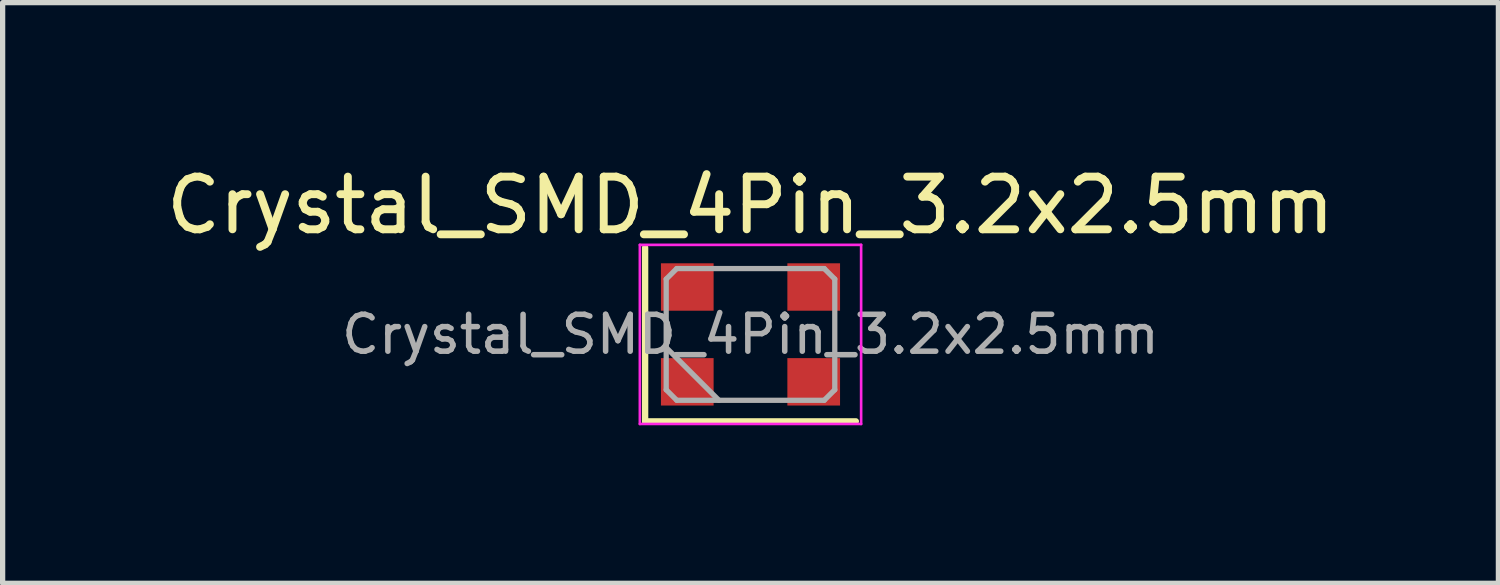
<source format=kicad_pcb>
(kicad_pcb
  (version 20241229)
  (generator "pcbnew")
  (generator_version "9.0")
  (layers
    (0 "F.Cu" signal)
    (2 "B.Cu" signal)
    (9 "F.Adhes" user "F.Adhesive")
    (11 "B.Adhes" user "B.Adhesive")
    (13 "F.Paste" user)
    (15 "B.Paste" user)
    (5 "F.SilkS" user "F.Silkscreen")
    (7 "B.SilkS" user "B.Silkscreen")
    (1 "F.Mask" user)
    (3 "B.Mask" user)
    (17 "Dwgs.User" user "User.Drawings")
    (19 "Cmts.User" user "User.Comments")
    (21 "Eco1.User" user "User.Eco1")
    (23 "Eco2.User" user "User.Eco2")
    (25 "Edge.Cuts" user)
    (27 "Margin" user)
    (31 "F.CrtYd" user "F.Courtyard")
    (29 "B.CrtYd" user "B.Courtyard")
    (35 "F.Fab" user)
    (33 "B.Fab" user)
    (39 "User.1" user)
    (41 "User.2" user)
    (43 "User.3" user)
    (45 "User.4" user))
  (footprint "Crystal_SMD_4Pin_3.2x2.5mm"
    (layer "F.Cu")
    (at 11.196 3.298)
    (property "Reference" "Crystal_SMD_4Pin_3.2x2.5mm" (at 0 -2.45 0) (layer "F.SilkS") (effects (font (size 1 1) (thickness 0.15))))
    (attr smd)
    (fp_line (start -2 -1.65) (end -2 1.65) (stroke (width 0.12) (type solid)) (layer "F.SilkS"))
    (fp_line (start -2 1.65) (end 2 1.65) (stroke (width 0.12) (type solid)) (layer "F.SilkS"))
    (fp_line (start -2.1 -1.7) (end -2.1 1.7) (stroke (width 0.05) (type solid)) (layer "F.CrtYd"))
    (fp_line (start -2.1 1.7) (end 2.1 1.7) (stroke (width 0.05) (type solid)) (layer "F.CrtYd"))
    (fp_line (start 2.1 -1.7) (end -2.1 -1.7) (stroke (width 0.05) (type solid)) (layer "F.CrtYd"))
    (fp_line (start 2.1 1.7) (end 2.1 -1.7) (stroke (width 0.05) (type solid)) (layer "F.CrtYd"))
    (fp_line (start -1.6 -1.05) (end -1.4 -1.25) (stroke (width 0.1) (type solid)) (layer "F.Fab"))
    (fp_line (start -1.6 0.25) (end -0.6 1.25) (stroke (width 0.1) (type solid)) (layer "F.Fab"))
    (fp_line (start -1.6 1.05) (end -1.6 -1.05) (stroke (width 0.1) (type solid)) (layer "F.Fab"))
    (fp_line (start -1.4 -1.25) (end 1.4 -1.25) (stroke (width 0.1) (type solid)) (layer "F.Fab"))
    (fp_line (start -1.4 1.25) (end -1.6 1.05) (stroke (width 0.1) (type solid)) (layer "F.Fab"))
    (fp_line (start 1.4 -1.25) (end 1.6 -1.05) (stroke (width 0.1) (type solid)) (layer "F.Fab"))
    (fp_line (start 1.4 1.25) (end -1.4 1.25) (stroke (width 0.1) (type solid)) (layer "F.Fab"))
    (fp_line (start 1.6 -1.05) (end 1.6 1.05) (stroke (width 0.1) (type solid)) (layer "F.Fab"))
    (fp_line (start 1.6 1.05) (end 1.4 1.25) (stroke (width 0.1) (type solid)) (layer "F.Fab"))
    (fp_text user "${REFERENCE}" (at 0 0 0) (layer "F.Fab") (effects (font (size 0.7 0.7) (thickness 0.105))))
    (pad "1" smd rect (at -1.2 0.9) (size 1 0.9) (layers "F.Cu" "F.Mask" "F.Paste"))
    (pad "2" smd rect (at 1.2 0.9) (size 1 0.9) (layers "F.Cu" "F.Mask" "F.Paste"))
    (pad "3" smd rect (at 1.2 -0.9) (size 1 0.9) (layers "F.Cu" "F.Mask" "F.Paste"))
    (pad "4" smd rect (at -1.2 -0.9) (size 1 0.9) (layers "F.Cu" "F.Mask" "F.Paste")))
  (gr_rect
    (start -3 -3)
    (end 25.393 8.023)
    (stroke (width 0.1) (type default))
    (fill no)
    (layer "Edge.Cuts")))
</source>
